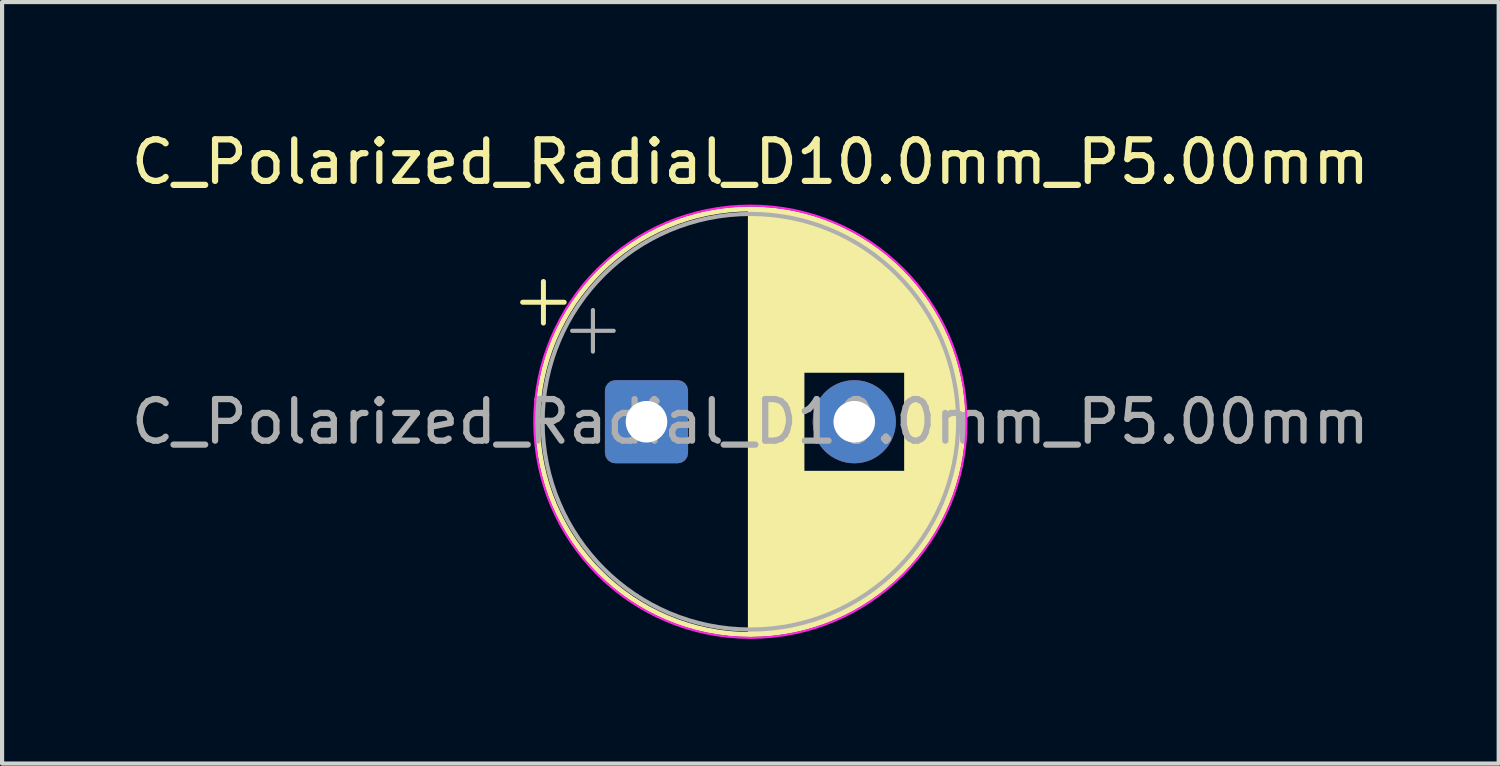
<source format=kicad_pcb>
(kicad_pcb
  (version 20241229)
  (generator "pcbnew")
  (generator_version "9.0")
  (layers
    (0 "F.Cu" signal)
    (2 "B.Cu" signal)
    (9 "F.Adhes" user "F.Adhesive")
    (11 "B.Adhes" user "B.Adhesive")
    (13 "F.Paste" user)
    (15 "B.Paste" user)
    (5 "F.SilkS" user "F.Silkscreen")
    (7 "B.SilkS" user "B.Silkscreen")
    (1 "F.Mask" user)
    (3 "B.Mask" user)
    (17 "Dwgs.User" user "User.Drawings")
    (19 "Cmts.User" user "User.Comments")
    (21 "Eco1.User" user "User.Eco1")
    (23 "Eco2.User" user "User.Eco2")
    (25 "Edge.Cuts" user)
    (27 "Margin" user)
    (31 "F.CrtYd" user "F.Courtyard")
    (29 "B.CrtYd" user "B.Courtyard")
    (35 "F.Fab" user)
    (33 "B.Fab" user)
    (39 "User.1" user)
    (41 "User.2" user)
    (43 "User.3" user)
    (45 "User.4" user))
  (footprint "C_Polarized_Radial_D10.0mm_P5.00mm"
    (layer "F.Cu")
    (at 12.506 7.098)
    (property "Reference" "C_Polarized_Radial_D10.0mm_P5.00mm" (at 2.5 -6.25 0) (layer "F.SilkS") (effects (font (size 1 1) (thickness 0.15))))
    (attr through_hole)
    (fp_line (start -2.98 -2.875) (end -1.98 -2.875) (stroke (width 0.12) (type solid)) (layer "F.SilkS"))
    (fp_line (start -2.48 -3.375) (end -2.48 -2.375) (stroke (width 0.12) (type solid)) (layer "F.SilkS"))
    (fp_line (start 2.5 -5.08) (end 2.5 5.08) (stroke (width 0.12) (type solid)) (layer "F.SilkS"))
    (fp_line (start 2.54 -5.08) (end 2.54 5.08) (stroke (width 0.12) (type solid)) (layer "F.SilkS"))
    (fp_line (start 2.58 -5.079) (end 2.58 5.079) (stroke (width 0.12) (type solid)) (layer "F.SilkS"))
    (fp_line (start 2.62 -5.079) (end 2.62 5.079) (stroke (width 0.12) (type solid)) (layer "F.SilkS"))
    (fp_line (start 2.66 -5.077) (end 2.66 5.077) (stroke (width 0.12) (type solid)) (layer "F.SilkS"))
    (fp_line (start 2.7 -5.076) (end 2.7 5.076) (stroke (width 0.12) (type solid)) (layer "F.SilkS"))
    (fp_line (start 2.74 -5.074) (end 2.74 5.074) (stroke (width 0.12) (type solid)) (layer "F.SilkS"))
    (fp_line (start 2.78 -5.072) (end 2.78 5.072) (stroke (width 0.12) (type solid)) (layer "F.SilkS"))
    (fp_line (start 2.82 -5.07) (end 2.82 5.07) (stroke (width 0.12) (type solid)) (layer "F.SilkS"))
    (fp_line (start 2.86 -5.067) (end 2.86 5.067) (stroke (width 0.12) (type solid)) (layer "F.SilkS"))
    (fp_line (start 2.9 -5.064) (end 2.9 5.064) (stroke (width 0.12) (type solid)) (layer "F.SilkS"))
    (fp_line (start 2.94 -5.061) (end 2.94 5.061) (stroke (width 0.12) (type solid)) (layer "F.SilkS"))
    (fp_line (start 2.98 -5.057) (end 2.98 5.057) (stroke (width 0.12) (type solid)) (layer "F.SilkS"))
    (fp_line (start 3.02 -5.054) (end 3.02 5.054) (stroke (width 0.12) (type solid)) (layer "F.SilkS"))
    (fp_line (start 3.06 -5.049) (end 3.06 5.049) (stroke (width 0.12) (type solid)) (layer "F.SilkS"))
    (fp_line (start 3.1 -5.045) (end 3.1 5.045) (stroke (width 0.12) (type solid)) (layer "F.SilkS"))
    (fp_line (start 3.14 -5.04) (end 3.14 5.04) (stroke (width 0.12) (type solid)) (layer "F.SilkS"))
    (fp_line (start 3.18 -5.035) (end 3.18 5.035) (stroke (width 0.12) (type solid)) (layer "F.SilkS"))
    (fp_line (start 3.22 -5.029) (end 3.22 5.029) (stroke (width 0.12) (type solid)) (layer "F.SilkS"))
    (fp_line (start 3.26 -5.023) (end 3.26 5.023) (stroke (width 0.12) (type solid)) (layer "F.SilkS"))
    (fp_line (start 3.3 -5.017) (end 3.3 5.017) (stroke (width 0.12) (type solid)) (layer "F.SilkS"))
    (fp_line (start 3.34 -5.011) (end 3.34 5.011) (stroke (width 0.12) (type solid)) (layer "F.SilkS"))
    (fp_line (start 3.38 -5.004) (end 3.38 5.004) (stroke (width 0.12) (type solid)) (layer "F.SilkS"))
    (fp_line (start 3.42 -4.997) (end 3.42 4.997) (stroke (width 0.12) (type solid)) (layer "F.SilkS"))
    (fp_line (start 3.46 -4.989) (end 3.46 4.989) (stroke (width 0.12) (type solid)) (layer "F.SilkS"))
    (fp_line (start 3.5 -4.981) (end 3.5 4.981) (stroke (width 0.12) (type solid)) (layer "F.SilkS"))
    (fp_line (start 3.54 -4.973) (end 3.54 4.973) (stroke (width 0.12) (type solid)) (layer "F.SilkS"))
    (fp_line (start 3.58 -4.965) (end 3.58 4.965) (stroke (width 0.12) (type solid)) (layer "F.SilkS"))
    (fp_line (start 3.62 -4.956) (end 3.62 4.956) (stroke (width 0.12) (type solid)) (layer "F.SilkS"))
    (fp_line (start 3.66 -4.947) (end 3.66 4.947) (stroke (width 0.12) (type solid)) (layer "F.SilkS"))
    (fp_line (start 3.7 -4.937) (end 3.7 4.937) (stroke (width 0.12) (type solid)) (layer "F.SilkS"))
    (fp_line (start 3.74 -4.928) (end 3.74 4.928) (stroke (width 0.12) (type solid)) (layer "F.SilkS"))
    (fp_line (start 3.78 -4.917) (end 3.78 -1.24) (stroke (width 0.12) (type solid)) (layer "F.SilkS"))
    (fp_line (start 3.78 1.24) (end 3.78 4.917) (stroke (width 0.12) (type solid)) (layer "F.SilkS"))
    (fp_line (start 3.82 -4.907) (end 3.82 -1.24) (stroke (width 0.12) (type solid)) (layer "F.SilkS"))
    (fp_line (start 3.82 1.24) (end 3.82 4.907) (stroke (width 0.12) (type solid)) (layer "F.SilkS"))
    (fp_line (start 3.86 -4.896) (end 3.86 -1.24) (stroke (width 0.12) (type solid)) (layer "F.SilkS"))
    (fp_line (start 3.86 1.24) (end 3.86 4.896) (stroke (width 0.12) (type solid)) (layer "F.SilkS"))
    (fp_line (start 3.9 -4.885) (end 3.9 -1.24) (stroke (width 0.12) (type solid)) (layer "F.SilkS"))
    (fp_line (start 3.9 1.24) (end 3.9 4.885) (stroke (width 0.12) (type solid)) (layer "F.SilkS"))
    (fp_line (start 3.94 -4.873) (end 3.94 -1.24) (stroke (width 0.12) (type solid)) (layer "F.SilkS"))
    (fp_line (start 3.94 1.24) (end 3.94 4.873) (stroke (width 0.12) (type solid)) (layer "F.SilkS"))
    (fp_line (start 3.98 -4.861) (end 3.98 -1.24) (stroke (width 0.12) (type solid)) (layer "F.SilkS"))
    (fp_line (start 3.98 1.24) (end 3.98 4.861) (stroke (width 0.12) (type solid)) (layer "F.SilkS"))
    (fp_line (start 4.02 -4.849) (end 4.02 -1.24) (stroke (width 0.12) (type solid)) (layer "F.SilkS"))
    (fp_line (start 4.02 1.24) (end 4.02 4.849) (stroke (width 0.12) (type solid)) (layer "F.SilkS"))
    (fp_line (start 4.06 -4.837) (end 4.06 -1.24) (stroke (width 0.12) (type solid)) (layer "F.SilkS"))
    (fp_line (start 4.06 1.24) (end 4.06 4.837) (stroke (width 0.12) (type solid)) (layer "F.SilkS"))
    (fp_line (start 4.1 -4.824) (end 4.1 -1.24) (stroke (width 0.12) (type solid)) (layer "F.SilkS"))
    (fp_line (start 4.1 1.24) (end 4.1 4.824) (stroke (width 0.12) (type solid)) (layer "F.SilkS"))
    (fp_line (start 4.14 -4.81) (end 4.14 -1.24) (stroke (width 0.12) (type solid)) (layer "F.SilkS"))
    (fp_line (start 4.14 1.24) (end 4.14 4.81) (stroke (width 0.12) (type solid)) (layer "F.SilkS"))
    (fp_line (start 4.18 -4.797) (end 4.18 -1.24) (stroke (width 0.12) (type solid)) (layer "F.SilkS"))
    (fp_line (start 4.18 1.24) (end 4.18 4.797) (stroke (width 0.12) (type solid)) (layer "F.SilkS"))
    (fp_line (start 4.22 -4.782) (end 4.22 -1.24) (stroke (width 0.12) (type solid)) (layer "F.SilkS"))
    (fp_line (start 4.22 1.24) (end 4.22 4.782) (stroke (width 0.12) (type solid)) (layer "F.SilkS"))
    (fp_line (start 4.26 -4.768) (end 4.26 -1.24) (stroke (width 0.12) (type solid)) (layer "F.SilkS"))
    (fp_line (start 4.26 1.24) (end 4.26 4.768) (stroke (width 0.12) (type solid)) (layer "F.SilkS"))
    (fp_line (start 4.3 -4.753) (end 4.3 -1.24) (stroke (width 0.12) (type solid)) (layer "F.SilkS"))
    (fp_line (start 4.3 1.24) (end 4.3 4.753) (stroke (width 0.12) (type solid)) (layer "F.SilkS"))
    (fp_line (start 4.34 -4.738) (end 4.34 -1.24) (stroke (width 0.12) (type solid)) (layer "F.SilkS"))
    (fp_line (start 4.34 1.24) (end 4.34 4.738) (stroke (width 0.12) (type solid)) (layer "F.SilkS"))
    (fp_line (start 4.38 -4.722) (end 4.38 -1.24) (stroke (width 0.12) (type solid)) (layer "F.SilkS"))
    (fp_line (start 4.38 1.24) (end 4.38 4.722) (stroke (width 0.12) (type solid)) (layer "F.SilkS"))
    (fp_line (start 4.42 -4.706) (end 4.42 -1.24) (stroke (width 0.12) (type solid)) (layer "F.SilkS"))
    (fp_line (start 4.42 1.24) (end 4.42 4.706) (stroke (width 0.12) (type solid)) (layer "F.SilkS"))
    (fp_line (start 4.46 -4.69) (end 4.46 -1.24) (stroke (width 0.12) (type solid)) (layer "F.SilkS"))
    (fp_line (start 4.46 1.24) (end 4.46 4.69) (stroke (width 0.12) (type solid)) (layer "F.SilkS"))
    (fp_line (start 4.5 -4.673) (end 4.5 -1.24) (stroke (width 0.12) (type solid)) (layer "F.SilkS"))
    (fp_line (start 4.5 1.24) (end 4.5 4.673) (stroke (width 0.12) (type solid)) (layer "F.SilkS"))
    (fp_line (start 4.54 -4.656) (end 4.54 -1.24) (stroke (width 0.12) (type solid)) (layer "F.SilkS"))
    (fp_line (start 4.54 1.24) (end 4.54 4.656) (stroke (width 0.12) (type solid)) (layer "F.SilkS"))
    (fp_line (start 4.58 -4.638) (end 4.58 -1.24) (stroke (width 0.12) (type solid)) (layer "F.SilkS"))
    (fp_line (start 4.58 1.24) (end 4.58 4.638) (stroke (width 0.12) (type solid)) (layer "F.SilkS"))
    (fp_line (start 4.62 -4.62) (end 4.62 -1.24) (stroke (width 0.12) (type solid)) (layer "F.SilkS"))
    (fp_line (start 4.62 1.24) (end 4.62 4.62) (stroke (width 0.12) (type solid)) (layer "F.SilkS"))
    (fp_line (start 4.66 -4.602) (end 4.66 -1.24) (stroke (width 0.12) (type solid)) (layer "F.SilkS"))
    (fp_line (start 4.66 1.24) (end 4.66 4.602) (stroke (width 0.12) (type solid)) (layer "F.SilkS"))
    (fp_line (start 4.7 -4.583) (end 4.7 -1.24) (stroke (width 0.12) (type solid)) (layer "F.SilkS"))
    (fp_line (start 4.7 1.24) (end 4.7 4.583) (stroke (width 0.12) (type solid)) (layer "F.SilkS"))
    (fp_line (start 4.74 -4.564) (end 4.74 -1.24) (stroke (width 0.12) (type solid)) (layer "F.SilkS"))
    (fp_line (start 4.74 1.24) (end 4.74 4.564) (stroke (width 0.12) (type solid)) (layer "F.SilkS"))
    (fp_line (start 4.78 -4.544) (end 4.78 -1.24) (stroke (width 0.12) (type solid)) (layer "F.SilkS"))
    (fp_line (start 4.78 1.24) (end 4.78 4.544) (stroke (width 0.12) (type solid)) (layer "F.SilkS"))
    (fp_line (start 4.82 -4.524) (end 4.82 -1.24) (stroke (width 0.12) (type solid)) (layer "F.SilkS"))
    (fp_line (start 4.82 1.24) (end 4.82 4.524) (stroke (width 0.12) (type solid)) (layer "F.SilkS"))
    (fp_line (start 4.86 -4.504) (end 4.86 -1.24) (stroke (width 0.12) (type solid)) (layer "F.SilkS"))
    (fp_line (start 4.86 1.24) (end 4.86 4.504) (stroke (width 0.12) (type solid)) (layer "F.SilkS"))
    (fp_line (start 4.9 -4.483) (end 4.9 -1.24) (stroke (width 0.12) (type solid)) (layer "F.SilkS"))
    (fp_line (start 4.9 1.24) (end 4.9 4.483) (stroke (width 0.12) (type solid)) (layer "F.SilkS"))
    (fp_line (start 4.94 -4.461) (end 4.94 -1.24) (stroke (width 0.12) (type solid)) (layer "F.SilkS"))
    (fp_line (start 4.94 1.24) (end 4.94 4.461) (stroke (width 0.12) (type solid)) (layer "F.SilkS"))
    (fp_line (start 4.98 -4.439) (end 4.98 -1.24) (stroke (width 0.12) (type solid)) (layer "F.SilkS"))
    (fp_line (start 4.98 1.24) (end 4.98 4.439) (stroke (width 0.12) (type solid)) (layer "F.SilkS"))
    (fp_line (start 5.02 -4.417) (end 5.02 -1.24) (stroke (width 0.12) (type solid)) (layer "F.SilkS"))
    (fp_line (start 5.02 1.24) (end 5.02 4.417) (stroke (width 0.12) (type solid)) (layer "F.SilkS"))
    (fp_line (start 5.06 -4.394) (end 5.06 -1.24) (stroke (width 0.12) (type solid)) (layer "F.SilkS"))
    (fp_line (start 5.06 1.24) (end 5.06 4.394) (stroke (width 0.12) (type solid)) (layer "F.SilkS"))
    (fp_line (start 5.1 -4.371) (end 5.1 -1.24) (stroke (width 0.12) (type solid)) (layer "F.SilkS"))
    (fp_line (start 5.1 1.24) (end 5.1 4.371) (stroke (width 0.12) (type solid)) (layer "F.SilkS"))
    (fp_line (start 5.14 -4.347) (end 5.14 -1.24) (stroke (width 0.12) (type solid)) (layer "F.SilkS"))
    (fp_line (start 5.14 1.24) (end 5.14 4.347) (stroke (width 0.12) (type solid)) (layer "F.SilkS"))
    (fp_line (start 5.18 -4.323) (end 5.18 -1.24) (stroke (width 0.12) (type solid)) (layer "F.SilkS"))
    (fp_line (start 5.18 1.24) (end 5.18 4.323) (stroke (width 0.12) (type solid)) (layer "F.SilkS"))
    (fp_line (start 5.22 -4.298) (end 5.22 -1.24) (stroke (width 0.12) (type solid)) (layer "F.SilkS"))
    (fp_line (start 5.22 1.24) (end 5.22 4.298) (stroke (width 0.12) (type solid)) (layer "F.SilkS"))
    (fp_line (start 5.26 -4.272) (end 5.26 -1.24) (stroke (width 0.12) (type solid)) (layer "F.SilkS"))
    (fp_line (start 5.26 1.24) (end 5.26 4.272) (stroke (width 0.12) (type solid)) (layer "F.SilkS"))
    (fp_line (start 5.3 -4.247) (end 5.3 -1.24) (stroke (width 0.12) (type solid)) (layer "F.SilkS"))
    (fp_line (start 5.3 1.24) (end 5.3 4.247) (stroke (width 0.12) (type solid)) (layer "F.SilkS"))
    (fp_line (start 5.34 -4.22) (end 5.34 -1.24) (stroke (width 0.12) (type solid)) (layer "F.SilkS"))
    (fp_line (start 5.34 1.24) (end 5.34 4.22) (stroke (width 0.12) (type solid)) (layer "F.SilkS"))
    (fp_line (start 5.38 -4.193) (end 5.38 -1.24) (stroke (width 0.12) (type solid)) (layer "F.SilkS"))
    (fp_line (start 5.38 1.24) (end 5.38 4.193) (stroke (width 0.12) (type solid)) (layer "F.SilkS"))
    (fp_line (start 5.42 -4.166) (end 5.42 -1.24) (stroke (width 0.12) (type solid)) (layer "F.SilkS"))
    (fp_line (start 5.42 1.24) (end 5.42 4.166) (stroke (width 0.12) (type solid)) (layer "F.SilkS"))
    (fp_line (start 5.46 -4.138) (end 5.46 -1.24) (stroke (width 0.12) (type solid)) (layer "F.SilkS"))
    (fp_line (start 5.46 1.24) (end 5.46 4.138) (stroke (width 0.12) (type solid)) (layer "F.SilkS"))
    (fp_line (start 5.5 -4.109) (end 5.5 -1.24) (stroke (width 0.12) (type solid)) (layer "F.SilkS"))
    (fp_line (start 5.5 1.24) (end 5.5 4.109) (stroke (width 0.12) (type solid)) (layer "F.SilkS"))
    (fp_line (start 5.54 -4.08) (end 5.54 -1.24) (stroke (width 0.12) (type solid)) (layer "F.SilkS"))
    (fp_line (start 5.54 1.24) (end 5.54 4.08) (stroke (width 0.12) (type solid)) (layer "F.SilkS"))
    (fp_line (start 5.58 -4.05) (end 5.58 -1.24) (stroke (width 0.12) (type solid)) (layer "F.SilkS"))
    (fp_line (start 5.58 1.24) (end 5.58 4.05) (stroke (width 0.12) (type solid)) (layer "F.SilkS"))
    (fp_line (start 5.62 -4.02) (end 5.62 -1.24) (stroke (width 0.12) (type solid)) (layer "F.SilkS"))
    (fp_line (start 5.62 1.24) (end 5.62 4.02) (stroke (width 0.12) (type solid)) (layer "F.SilkS"))
    (fp_line (start 5.66 -3.988) (end 5.66 -1.24) (stroke (width 0.12) (type solid)) (layer "F.SilkS"))
    (fp_line (start 5.66 1.24) (end 5.66 3.988) (stroke (width 0.12) (type solid)) (layer "F.SilkS"))
    (fp_line (start 5.7 -3.957) (end 5.7 -1.24) (stroke (width 0.12) (type solid)) (layer "F.SilkS"))
    (fp_line (start 5.7 1.24) (end 5.7 3.957) (stroke (width 0.12) (type solid)) (layer "F.SilkS"))
    (fp_line (start 5.74 -3.924) (end 5.74 -1.24) (stroke (width 0.12) (type solid)) (layer "F.SilkS"))
    (fp_line (start 5.74 1.24) (end 5.74 3.924) (stroke (width 0.12) (type solid)) (layer "F.SilkS"))
    (fp_line (start 5.78 -3.891) (end 5.78 -1.24) (stroke (width 0.12) (type solid)) (layer "F.SilkS"))
    (fp_line (start 5.78 1.24) (end 5.78 3.891) (stroke (width 0.12) (type solid)) (layer "F.SilkS"))
    (fp_line (start 5.82 -3.858) (end 5.82 -1.24) (stroke (width 0.12) (type solid)) (layer "F.SilkS"))
    (fp_line (start 5.82 1.24) (end 5.82 3.858) (stroke (width 0.12) (type solid)) (layer "F.SilkS"))
    (fp_line (start 5.86 -3.823) (end 5.86 -1.24) (stroke (width 0.12) (type solid)) (layer "F.SilkS"))
    (fp_line (start 5.86 1.24) (end 5.86 3.823) (stroke (width 0.12) (type solid)) (layer "F.SilkS"))
    (fp_line (start 5.9 -3.788) (end 5.9 -1.24) (stroke (width 0.12) (type solid)) (layer "F.SilkS"))
    (fp_line (start 5.9 1.24) (end 5.9 3.788) (stroke (width 0.12) (type solid)) (layer "F.SilkS"))
    (fp_line (start 5.94 -3.752) (end 5.94 -1.24) (stroke (width 0.12) (type solid)) (layer "F.SilkS"))
    (fp_line (start 5.94 1.24) (end 5.94 3.752) (stroke (width 0.12) (type solid)) (layer "F.SilkS"))
    (fp_line (start 5.98 -3.716) (end 5.98 -1.24) (stroke (width 0.12) (type solid)) (layer "F.SilkS"))
    (fp_line (start 5.98 1.24) (end 5.98 3.716) (stroke (width 0.12) (type solid)) (layer "F.SilkS"))
    (fp_line (start 6.02 -3.678) (end 6.02 -1.24) (stroke (width 0.12) (type solid)) (layer "F.SilkS"))
    (fp_line (start 6.02 1.24) (end 6.02 3.678) (stroke (width 0.12) (type solid)) (layer "F.SilkS"))
    (fp_line (start 6.06 -3.64) (end 6.06 -1.24) (stroke (width 0.12) (type solid)) (layer "F.SilkS"))
    (fp_line (start 6.06 1.24) (end 6.06 3.64) (stroke (width 0.12) (type solid)) (layer "F.SilkS"))
    (fp_line (start 6.1 -3.601) (end 6.1 -1.24) (stroke (width 0.12) (type solid)) (layer "F.SilkS"))
    (fp_line (start 6.1 1.24) (end 6.1 3.601) (stroke (width 0.12) (type solid)) (layer "F.SilkS"))
    (fp_line (start 6.14 -3.561) (end 6.14 -1.24) (stroke (width 0.12) (type solid)) (layer "F.SilkS"))
    (fp_line (start 6.14 1.24) (end 6.14 3.561) (stroke (width 0.12) (type solid)) (layer "F.SilkS"))
    (fp_line (start 6.18 -3.52) (end 6.18 -1.24) (stroke (width 0.12) (type solid)) (layer "F.SilkS"))
    (fp_line (start 6.18 1.24) (end 6.18 3.52) (stroke (width 0.12) (type solid)) (layer "F.SilkS"))
    (fp_line (start 6.22 -3.478) (end 6.22 -1.24) (stroke (width 0.12) (type solid)) (layer "F.SilkS"))
    (fp_line (start 6.22 1.24) (end 6.22 3.478) (stroke (width 0.12) (type solid)) (layer "F.SilkS"))
    (fp_line (start 6.26 -3.435) (end 6.26 3.435) (stroke (width 0.12) (type solid)) (layer "F.SilkS"))
    (fp_line (start 6.3 -3.391) (end 6.3 3.391) (stroke (width 0.12) (type solid)) (layer "F.SilkS"))
    (fp_line (start 6.34 -3.347) (end 6.34 3.347) (stroke (width 0.12) (type solid)) (layer "F.SilkS"))
    (fp_line (start 6.38 -3.301) (end 6.38 3.301) (stroke (width 0.12) (type solid)) (layer "F.SilkS"))
    (fp_line (start 6.42 -3.254) (end 6.42 3.254) (stroke (width 0.12) (type solid)) (layer "F.SilkS"))
    (fp_line (start 6.46 -3.205) (end 6.46 3.205) (stroke (width 0.12) (type solid)) (layer "F.SilkS"))
    (fp_line (start 6.5 -3.156) (end 6.5 3.156) (stroke (width 0.12) (type solid)) (layer "F.SilkS"))
    (fp_line (start 6.54 -3.105) (end 6.54 3.105) (stroke (width 0.12) (type solid)) (layer "F.SilkS"))
    (fp_line (start 6.58 -3.053) (end 6.58 3.053) (stroke (width 0.12) (type solid)) (layer "F.SilkS"))
    (fp_line (start 6.62 -3) (end 6.62 3) (stroke (width 0.12) (type solid)) (layer "F.SilkS"))
    (fp_line (start 6.66 -2.945) (end 6.66 2.945) (stroke (width 0.12) (type solid)) (layer "F.SilkS"))
    (fp_line (start 6.7 -2.888) (end 6.7 2.888) (stroke (width 0.12) (type solid)) (layer "F.SilkS"))
    (fp_line (start 6.74 -2.83) (end 6.74 2.83) (stroke (width 0.12) (type solid)) (layer "F.SilkS"))
    (fp_line (start 6.78 -2.77) (end 6.78 2.77) (stroke (width 0.12) (type solid)) (layer "F.SilkS"))
    (fp_line (start 6.82 -2.708) (end 6.82 2.708) (stroke (width 0.12) (type solid)) (layer "F.SilkS"))
    (fp_line (start 6.86 -2.644) (end 6.86 2.644) (stroke (width 0.12) (type solid)) (layer "F.SilkS"))
    (fp_line (start 6.9 -2.578) (end 6.9 2.578) (stroke (width 0.12) (type solid)) (layer "F.SilkS"))
    (fp_line (start 6.94 -2.51) (end 6.94 2.51) (stroke (width 0.12) (type solid)) (layer "F.SilkS"))
    (fp_line (start 6.98 -2.439) (end 6.98 2.439) (stroke (width 0.12) (type solid)) (layer "F.SilkS"))
    (fp_line (start 7.02 -2.365) (end 7.02 2.365) (stroke (width 0.12) (type solid)) (layer "F.SilkS"))
    (fp_line (start 7.06 -2.288) (end 7.06 2.288) (stroke (width 0.12) (type solid)) (layer "F.SilkS"))
    (fp_line (start 7.1 -2.208) (end 7.1 2.208) (stroke (width 0.12) (type solid)) (layer "F.SilkS"))
    (fp_line (start 7.14 -2.124) (end 7.14 2.124) (stroke (width 0.12) (type solid)) (layer "F.SilkS"))
    (fp_line (start 7.18 -2.037) (end 7.18 2.037) (stroke (width 0.12) (type solid)) (layer "F.SilkS"))
    (fp_line (start 7.22 -1.944) (end 7.22 1.944) (stroke (width 0.12) (type solid)) (layer "F.SilkS"))
    (fp_line (start 7.26 -1.846) (end 7.26 1.846) (stroke (width 0.12) (type solid)) (layer "F.SilkS"))
    (fp_line (start 7.3 -1.742) (end 7.3 1.742) (stroke (width 0.12) (type solid)) (layer "F.SilkS"))
    (fp_line (start 7.34 -1.63) (end 7.34 1.63) (stroke (width 0.12) (type solid)) (layer "F.SilkS"))
    (fp_line (start 7.38 -1.509) (end 7.38 1.509) (stroke (width 0.12) (type solid)) (layer "F.SilkS"))
    (fp_line (start 7.42 -1.377) (end 7.42 1.377) (stroke (width 0.12) (type solid)) (layer "F.SilkS"))
    (fp_line (start 7.46 -1.23) (end 7.46 1.23) (stroke (width 0.12) (type solid)) (layer "F.SilkS"))
    (fp_line (start 7.5 -1.062) (end 7.5 1.062) (stroke (width 0.12) (type solid)) (layer "F.SilkS"))
    (fp_line (start 7.54 -0.862) (end 7.54 0.862) (stroke (width 0.12) (type solid)) (layer "F.SilkS"))
    (fp_line (start 7.58 -0.599) (end 7.58 0.599) (stroke (width 0.12) (type solid)) (layer "F.SilkS"))
    (fp_circle (center 2.5 0) (end 7.62 0) (stroke (width 0.12) (type solid)) (fill no) (layer "F.SilkS"))
    (fp_circle (center 2.5 0) (end 7.7 0) (stroke (width 0.05) (type solid)) (fill no) (layer "F.CrtYd"))
    (fp_line (start -1.789 -2.188) (end -0.789 -2.188) (stroke (width 0.1) (type solid)) (layer "F.Fab"))
    (fp_line (start -1.289 -2.688) (end -1.289 -1.688) (stroke (width 0.1) (type solid)) (layer "F.Fab"))
    (fp_circle (center 2.5 0) (end 7.5 0) (stroke (width 0.1) (type solid)) (fill no) (layer "F.Fab"))
    (fp_text user "${REFERENCE}" (at 2.5 0 0) (layer "F.Fab") (effects (font (size 1 1) (thickness 0.15))))
    (pad "1" thru_hole roundrect (at 0 0) (size 2 2) (drill 1) (layers "*.Cu" "*.Mask") (roundrect_rratio 0.125))
    (pad "2" thru_hole circle (at 5 0) (size 2 2) (drill 1) (layers "*.Cu" "*.Mask")))
  (gr_rect
    (start -3 -3)
    (end 33.012 15.323)
    (stroke (width 0.1) (type default))
    (fill no)
    (layer "Edge.Cuts")))
</source>
